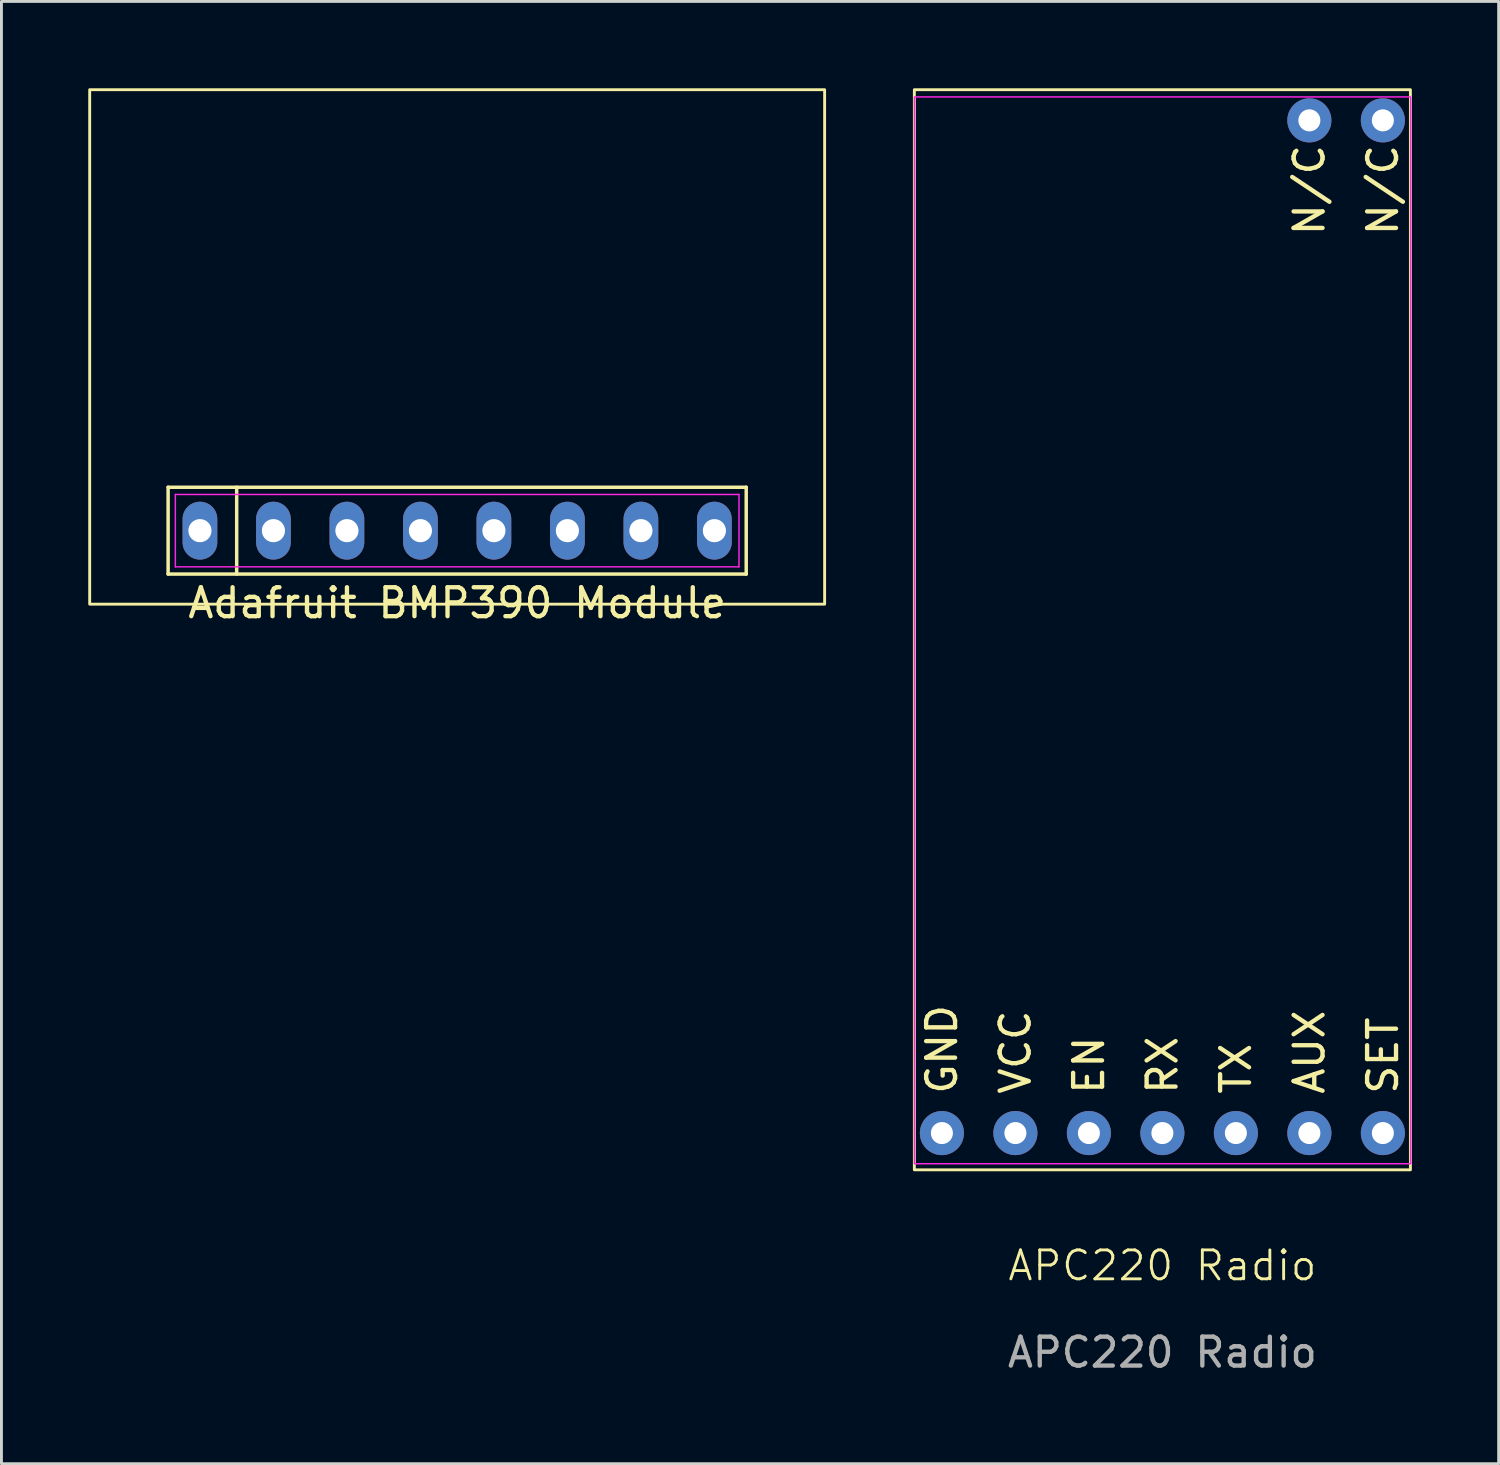
<source format=kicad_pcb>
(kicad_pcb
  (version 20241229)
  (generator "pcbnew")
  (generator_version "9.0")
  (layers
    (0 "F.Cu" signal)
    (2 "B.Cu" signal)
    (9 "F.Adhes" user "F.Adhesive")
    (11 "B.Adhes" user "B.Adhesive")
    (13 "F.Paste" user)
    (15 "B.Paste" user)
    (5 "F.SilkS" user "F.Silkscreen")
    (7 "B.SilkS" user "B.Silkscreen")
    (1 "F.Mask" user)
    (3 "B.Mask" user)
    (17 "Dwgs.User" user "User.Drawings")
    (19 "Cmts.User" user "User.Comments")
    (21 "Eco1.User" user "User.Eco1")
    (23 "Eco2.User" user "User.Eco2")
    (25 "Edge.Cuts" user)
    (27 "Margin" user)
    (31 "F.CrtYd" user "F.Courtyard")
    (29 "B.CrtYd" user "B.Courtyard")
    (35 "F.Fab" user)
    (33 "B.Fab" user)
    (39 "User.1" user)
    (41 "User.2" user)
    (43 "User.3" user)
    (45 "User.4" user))
  (footprint "Adafruit BMP390 Module"
    (layer "F.Cu")
    (at 12.75 15.29)
    (property "Reference" "Adafruit BMP390 Module" (at 0 2.5 0) (unlocked yes) (layer "F.SilkS") (effects (font (size 1 1) (thickness 0.15))))
    (attr through_hole)
    (fp_line (start -9.99 -1.5) (end 9.99 -1.5) (stroke (width 0.12) (type default)) (layer "F.SilkS"))
    (fp_line (start -9.99 1.5) (end -9.99 -1.5) (stroke (width 0.12) (type default)) (layer "F.SilkS"))
    (fp_line (start -7.62 -1.5) (end -7.62 1.5) (stroke (width 0.12) (type default)) (layer "F.SilkS"))
    (fp_line (start 9.99 -1.5) (end 9.99 1.5) (stroke (width 0.12) (type default)) (layer "F.SilkS"))
    (fp_line (start 9.99 1.5) (end -9.99 1.5) (stroke (width 0.12) (type default)) (layer "F.SilkS"))
    (fp_rect (start -12.7 -15.24) (end 12.7 2.54) (stroke (width 0.1) (type default)) (fill no) (layer "F.SilkS"))
    (fp_line (start -9.74 -1.25) (end 9.74 -1.25) (stroke (width 0.05) (type default)) (layer "F.CrtYd"))
    (fp_line (start -9.74 1.25) (end -9.74 -1.25) (stroke (width 0.05) (type default)) (layer "F.CrtYd"))
    (fp_line (start 9.74 -1.25) (end 9.74 1.25) (stroke (width 0.05) (type default)) (layer "F.CrtYd"))
    (fp_line (start 9.74 1.25) (end -9.74 1.25) (stroke (width 0.05) (type default)) (layer "F.CrtYd"))
    (pad "1" thru_hole oval (at -8.89 0) (size 1.2 2) (drill 0.8) (layers "*.Cu" "*.Mask"))
    (pad "2" thru_hole oval (at -6.35 0) (size 1.2 2) (drill 0.8) (layers "*.Cu" "*.Mask"))
    (pad "3" thru_hole oval (at -3.81 0) (size 1.2 2) (drill 0.8) (layers "*.Cu" "*.Mask"))
    (pad "4" thru_hole oval (at -1.27 0) (size 1.2 2) (drill 0.8) (layers "*.Cu" "*.Mask"))
    (pad "5" thru_hole oval (at 1.27 0) (size 1.2 2) (drill 0.8) (layers "*.Cu" "*.Mask"))
    (pad "6" thru_hole oval (at 3.81 0) (size 1.2 2) (drill 0.8) (layers "*.Cu" "*.Mask"))
    (pad "7" thru_hole oval (at 6.35 0) (size 1.2 2) (drill 0.8) (layers "*.Cu" "*.Mask"))
    (pad "8" thru_hole oval (at 8.89 0) (size 1.2 2) (drill 0.8) (layers "*.Cu" "*.Mask")))
  (footprint "APC220 Radio"
    (layer "F.Cu")
    (at 37.123 19.6)
    (property "Reference" "APC220 Radio" (at 0 21.09 0) (unlocked yes) (layer "F.SilkS") (effects (font (size 1 1) (thickness 0.1))))
    (attr through_hole)
    (fp_rect (start -8.572 -19.55) (end 8.572 17.78) (stroke (width 0.1) (type default)) (fill no) (layer "F.SilkS"))
    (fp_rect (start -8.57 -19.3) (end 8.58 17.57) (stroke (width 0.05) (type default)) (fill no) (layer "F.CrtYd"))
    (fp_text user "TX" (at 2.54 15.24 90) (unlocked yes) (layer "F.SilkS") (effects (font (size 1 1) (thickness 0.15)) (justify left)))
    (fp_text user "EN" (at -2.54 15.24 90) (unlocked yes) (layer "F.SilkS") (effects (font (size 1 1) (thickness 0.15)) (justify left)))
    (fp_text user "VCC" (at -5.08 15.24 90) (unlocked yes) (layer "F.SilkS") (effects (font (size 1 1) (thickness 0.15)) (justify left)))
    (fp_text user "RX" (at 0 15.24 90) (unlocked yes) (layer "F.SilkS") (effects (font (size 1 1) (thickness 0.15)) (justify left)))
    (fp_text user "AUX" (at 5.08 15.24 90) (unlocked yes) (layer "F.SilkS") (effects (font (size 1 1) (thickness 0.15)) (justify left)))
    (fp_text user "N/C" (at 5.08 -17.728 90) (unlocked yes) (layer "F.SilkS") (effects (font (size 1 1) (thickness 0.15)) (justify right)))
    (fp_text user "GND" (at -7.62 15.24 90) (unlocked yes) (layer "F.SilkS") (effects (font (size 1 1) (thickness 0.15)) (justify left)))
    (fp_text user "N/C" (at 7.62 -17.728 90) (unlocked yes) (layer "F.SilkS") (effects (font (size 1 1) (thickness 0.15)) (justify right)))
    (fp_text user "SET" (at 7.62 15.24 90) (unlocked yes) (layer "F.SilkS") (effects (font (size 1 1) (thickness 0.15)) (justify left)))
    (fp_text user "${REFERENCE}" (at 0 24.09 0) (unlocked yes) (layer "F.Fab") (effects (font (size 1 1) (thickness 0.15))))
    (pad "1" thru_hole circle (at -7.62 16.51) (size 1.524 1.524) (drill 0.762) (layers "*.Cu" "*.Mask" "Eco1.User"))
    (pad "2" thru_hole circle (at -5.08 16.51) (size 1.524 1.524) (drill 0.762) (layers "*.Cu" "*.Mask"))
    (pad "3" thru_hole circle (at -2.54 16.51) (size 1.524 1.524) (drill 0.762) (layers "*.Cu" "*.Mask"))
    (pad "4" thru_hole circle (at 0 16.51) (size 1.524 1.524) (drill 0.762) (layers "*.Cu" "*.Mask"))
    (pad "5" thru_hole circle (at 2.54 16.51) (size 1.524 1.524) (drill 0.762) (layers "*.Cu" "*.Mask"))
    (pad "6" thru_hole circle (at 5.08 16.51) (size 1.524 1.524) (drill 0.762) (layers "*.Cu" "*.Mask"))
    (pad "7" thru_hole circle (at 7.62 16.51) (size 1.524 1.524) (drill 0.762) (layers "*.Cu" "*.Mask"))
    (pad "8" thru_hole circle (at 5.08 -18.49) (size 1.524 1.524) (drill 0.762) (layers "*.Cu" "*.Mask"))
    (pad "9" thru_hole circle (at 7.62 -18.49) (size 1.524 1.524) (drill 0.762) (layers "*.Cu" "*.Mask")))
  (gr_rect
    (start -3 -3)
    (end 48.745 47.538)
    (stroke (width 0.1) (type default))
    (fill no)
    (layer "Edge.Cuts")))
</source>
